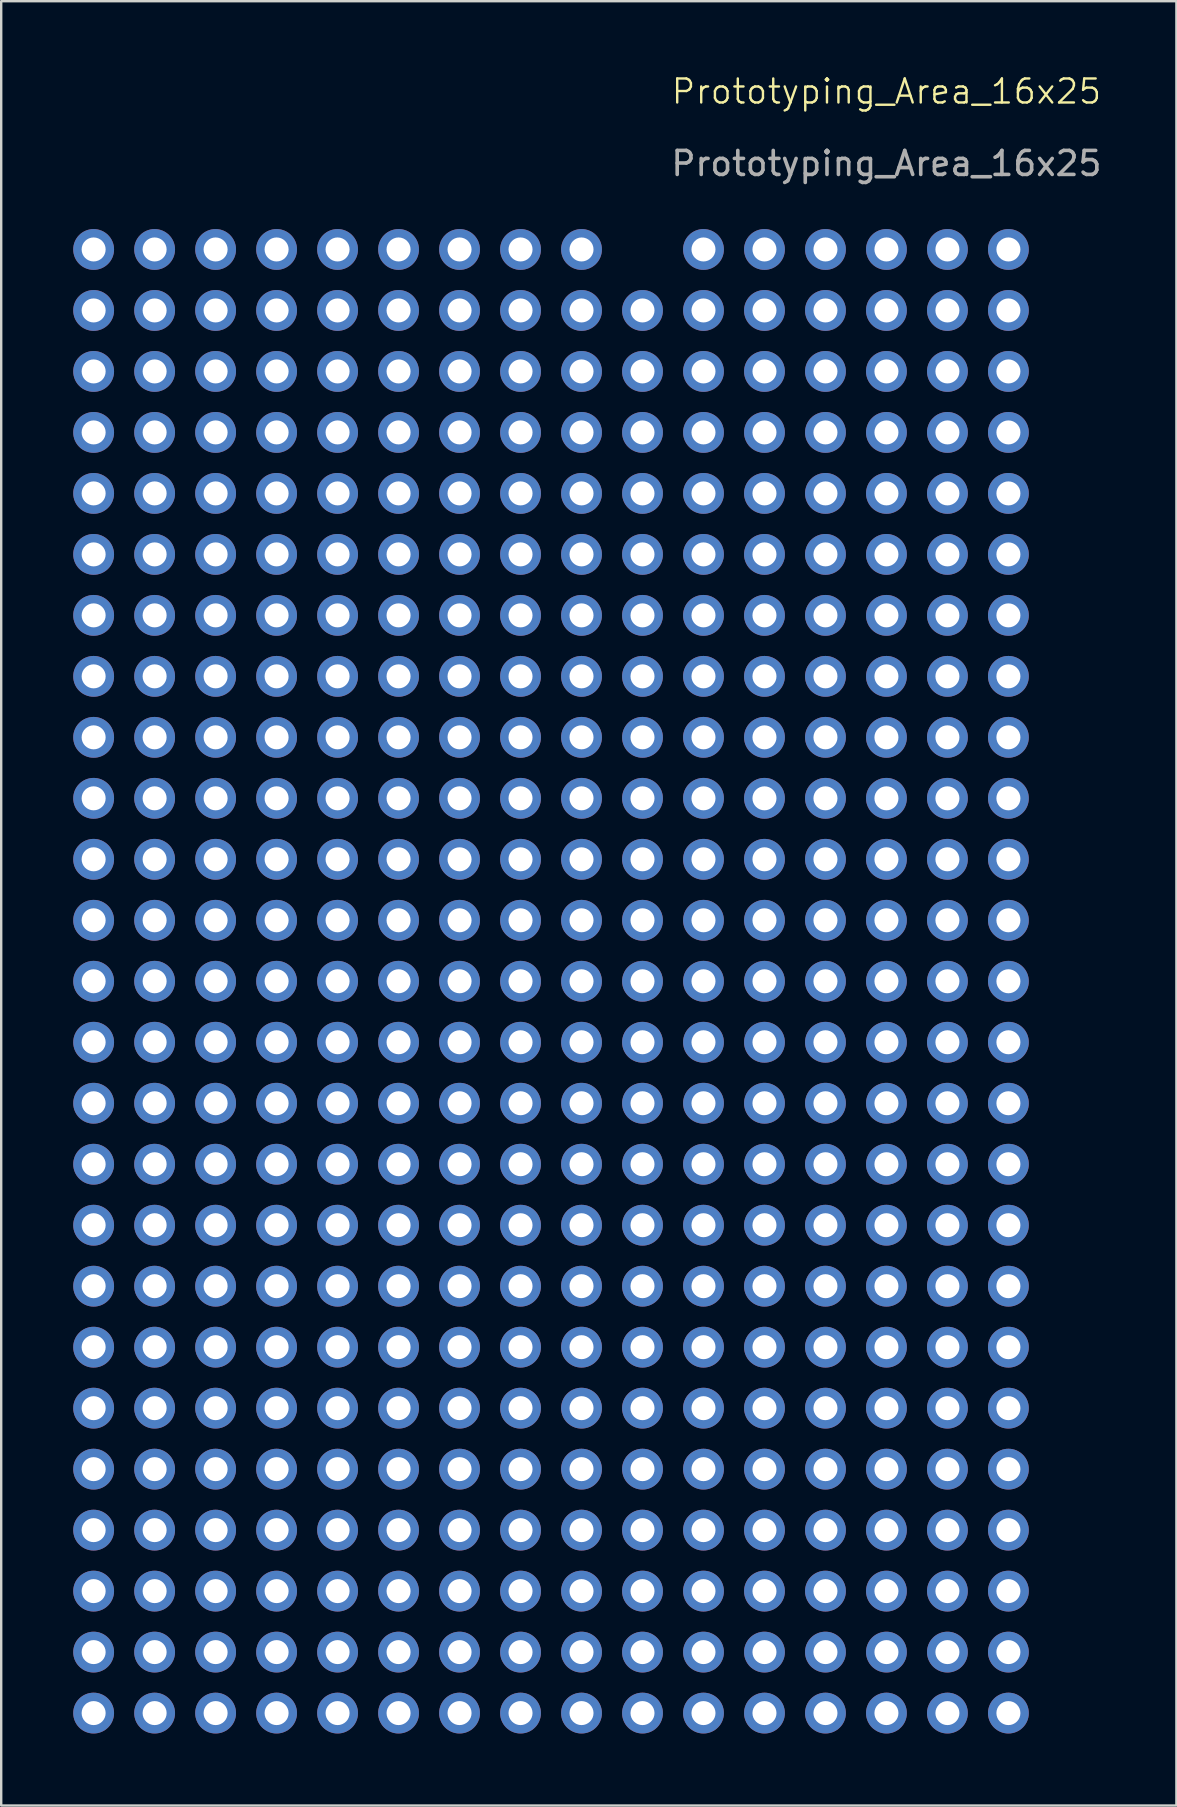
<source format=kicad_pcb>
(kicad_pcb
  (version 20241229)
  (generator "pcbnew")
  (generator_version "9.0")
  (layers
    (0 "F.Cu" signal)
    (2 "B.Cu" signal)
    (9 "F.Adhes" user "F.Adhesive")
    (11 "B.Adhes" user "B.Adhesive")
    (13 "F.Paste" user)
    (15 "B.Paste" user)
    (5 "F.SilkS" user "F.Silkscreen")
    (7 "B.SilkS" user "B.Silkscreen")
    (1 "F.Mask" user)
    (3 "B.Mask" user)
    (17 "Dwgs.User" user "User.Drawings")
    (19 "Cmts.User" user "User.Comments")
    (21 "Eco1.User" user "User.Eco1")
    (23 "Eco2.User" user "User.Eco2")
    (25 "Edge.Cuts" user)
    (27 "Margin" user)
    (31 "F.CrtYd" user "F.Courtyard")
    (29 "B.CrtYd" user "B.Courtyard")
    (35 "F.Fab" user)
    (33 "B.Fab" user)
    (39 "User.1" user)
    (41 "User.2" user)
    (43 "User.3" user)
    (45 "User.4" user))
  (footprint "Prototyping_Area_16x25"
    (layer "F.Cu")
    (at 19.9 36.55)
    (property "Reference" "Prototyping_Area_16x25" (at 13.97 -35.79 0) (unlocked yes) (layer "F.SilkS") (effects (font (size 1 1) (thickness 0.1))))
    (attr through_hole)
    (fp_text user "${REFERENCE}" (at 13.97 -32.79 0) (unlocked yes) (layer "F.Fab") (effects (font (size 1 1) (thickness 0.15))))
    (pad "1" thru_hole circle (at -19.05 -29.21) (size 1.7 1.7) (drill 1) (layers "*.Cu" "*.Mask"))
    (pad "2" thru_hole circle (at -16.51 -29.21) (size 1.7 1.7) (drill 1) (layers "*.Cu" "*.Mask"))
    (pad "3" thru_hole circle (at -13.97 -29.21) (size 1.7 1.7) (drill 1) (layers "*.Cu" "*.Mask"))
    (pad "4" thru_hole circle (at -11.43 -29.21) (size 1.7 1.7) (drill 1) (layers "*.Cu" "*.Mask"))
    (pad "5" thru_hole circle (at -8.89 -29.21) (size 1.7 1.7) (drill 1) (layers "*.Cu" "*.Mask"))
    (pad "6" thru_hole circle (at -6.35 -29.21) (size 1.7 1.7) (drill 1) (layers "*.Cu" "*.Mask"))
    (pad "7" thru_hole circle (at -3.81 -29.21) (size 1.7 1.7) (drill 1) (layers "*.Cu" "*.Mask"))
    (pad "8" thru_hole circle (at -1.27 -29.21) (size 1.7 1.7) (drill 1) (layers "*.Cu" "*.Mask"))
    (pad "9" thru_hole circle (at 1.27 -29.21) (size 1.7 1.7) (drill 1) (layers "*.Cu" "*.Mask"))
    (pad "11" thru_hole circle (at 6.35 -29.21) (size 1.7 1.7) (drill 1) (layers "*.Cu" "*.Mask"))
    (pad "12" thru_hole circle (at 8.89 -29.21) (size 1.7 1.7) (drill 1) (layers "*.Cu" "*.Mask"))
    (pad "13" thru_hole circle (at 11.43 -29.21) (size 1.7 1.7) (drill 1) (layers "*.Cu" "*.Mask"))
    (pad "14" thru_hole circle (at 13.97 -29.21) (size 1.7 1.7) (drill 1) (layers "*.Cu" "*.Mask"))
    (pad "15" thru_hole circle (at 16.51 -29.21) (size 1.7 1.7) (drill 1) (layers "*.Cu" "*.Mask"))
    (pad "16" thru_hole circle (at 19.05 -29.21) (size 1.7 1.7) (drill 1) (layers "*.Cu" "*.Mask"))
    (pad "17" thru_hole circle (at -19.05 -26.67) (size 1.7 1.7) (drill 1) (layers "*.Cu" "*.Mask"))
    (pad "18" thru_hole circle (at -16.51 -26.67) (size 1.7 1.7) (drill 1) (layers "*.Cu" "*.Mask"))
    (pad "19" thru_hole circle (at -13.97 -26.67) (size 1.7 1.7) (drill 1) (layers "*.Cu" "*.Mask"))
    (pad "20" thru_hole circle (at -11.43 -26.67) (size 1.7 1.7) (drill 1) (layers "*.Cu" "*.Mask"))
    (pad "21" thru_hole circle (at -8.89 -26.67) (size 1.7 1.7) (drill 1) (layers "*.Cu" "*.Mask"))
    (pad "22" thru_hole circle (at -6.35 -26.67) (size 1.7 1.7) (drill 1) (layers "*.Cu" "*.Mask"))
    (pad "23" thru_hole circle (at -3.81 -26.67) (size 1.7 1.7) (drill 1) (layers "*.Cu" "*.Mask"))
    (pad "24" thru_hole circle (at -1.27 -26.67) (size 1.7 1.7) (drill 1) (layers "*.Cu" "*.Mask"))
    (pad "25" thru_hole circle (at 1.27 -26.67) (size 1.7 1.7) (drill 1) (layers "*.Cu" "*.Mask"))
    (pad "26" thru_hole circle (at 3.81 -26.67) (size 1.7 1.7) (drill 1) (layers "*.Cu" "*.Mask"))
    (pad "27" thru_hole circle (at 6.35 -26.67) (size 1.7 1.7) (drill 1) (layers "*.Cu" "*.Mask"))
    (pad "28" thru_hole circle (at 8.89 -26.67) (size 1.7 1.7) (drill 1) (layers "*.Cu" "*.Mask"))
    (pad "29" thru_hole circle (at 11.43 -26.67) (size 1.7 1.7) (drill 1) (layers "*.Cu" "*.Mask"))
    (pad "30" thru_hole circle (at 13.97 -26.67) (size 1.7 1.7) (drill 1) (layers "*.Cu" "*.Mask"))
    (pad "31" thru_hole circle (at 16.51 -26.67) (size 1.7 1.7) (drill 1) (layers "*.Cu" "*.Mask"))
    (pad "32" thru_hole circle (at 19.05 -26.67) (size 1.7 1.7) (drill 1) (layers "*.Cu" "*.Mask"))
    (pad "33" thru_hole circle (at -19.05 -24.13) (size 1.7 1.7) (drill 1) (layers "*.Cu" "*.Mask"))
    (pad "34" thru_hole circle (at -16.51 -24.13) (size 1.7 1.7) (drill 1) (layers "*.Cu" "*.Mask"))
    (pad "35" thru_hole circle (at -13.97 -24.13) (size 1.7 1.7) (drill 1) (layers "*.Cu" "*.Mask"))
    (pad "36" thru_hole circle (at -11.43 -24.13) (size 1.7 1.7) (drill 1) (layers "*.Cu" "*.Mask"))
    (pad "37" thru_hole circle (at -8.89 -24.13) (size 1.7 1.7) (drill 1) (layers "*.Cu" "*.Mask"))
    (pad "38" thru_hole circle (at -6.35 -24.13) (size 1.7 1.7) (drill 1) (layers "*.Cu" "*.Mask"))
    (pad "39" thru_hole circle (at -3.81 -24.13) (size 1.7 1.7) (drill 1) (layers "*.Cu" "*.Mask"))
    (pad "40" thru_hole circle (at -1.27 -24.13) (size 1.7 1.7) (drill 1) (layers "*.Cu" "*.Mask"))
    (pad "41" thru_hole circle (at 1.27 -24.13) (size 1.7 1.7) (drill 1) (layers "*.Cu" "*.Mask"))
    (pad "42" thru_hole circle (at 3.81 -24.13) (size 1.7 1.7) (drill 1) (layers "*.Cu" "*.Mask"))
    (pad "43" thru_hole circle (at 6.35 -24.13) (size 1.7 1.7) (drill 1) (layers "*.Cu" "*.Mask"))
    (pad "44" thru_hole circle (at 8.89 -24.13) (size 1.7 1.7) (drill 1) (layers "*.Cu" "*.Mask"))
    (pad "45" thru_hole circle (at 11.43 -24.13) (size 1.7 1.7) (drill 1) (layers "*.Cu" "*.Mask"))
    (pad "46" thru_hole circle (at 13.97 -24.13) (size 1.7 1.7) (drill 1) (layers "*.Cu" "*.Mask"))
    (pad "47" thru_hole circle (at 16.51 -24.13) (size 1.7 1.7) (drill 1) (layers "*.Cu" "*.Mask"))
    (pad "48" thru_hole circle (at 19.05 -24.13) (size 1.7 1.7) (drill 1) (layers "*.Cu" "*.Mask"))
    (pad "49" thru_hole circle (at -19.05 -21.59) (size 1.7 1.7) (drill 1) (layers "*.Cu" "*.Mask"))
    (pad "50" thru_hole circle (at -16.51 -21.59) (size 1.7 1.7) (drill 1) (layers "*.Cu" "*.Mask"))
    (pad "51" thru_hole circle (at -13.97 -21.59) (size 1.7 1.7) (drill 1) (layers "*.Cu" "*.Mask"))
    (pad "52" thru_hole circle (at -11.43 -21.59) (size 1.7 1.7) (drill 1) (layers "*.Cu" "*.Mask"))
    (pad "53" thru_hole circle (at -8.89 -21.59) (size 1.7 1.7) (drill 1) (layers "*.Cu" "*.Mask"))
    (pad "54" thru_hole circle (at -6.35 -21.59) (size 1.7 1.7) (drill 1) (layers "*.Cu" "*.Mask"))
    (pad "55" thru_hole circle (at -3.81 -21.59) (size 1.7 1.7) (drill 1) (layers "*.Cu" "*.Mask"))
    (pad "56" thru_hole circle (at -1.27 -21.59) (size 1.7 1.7) (drill 1) (layers "*.Cu" "*.Mask"))
    (pad "57" thru_hole circle (at 1.27 -21.59) (size 1.7 1.7) (drill 1) (layers "*.Cu" "*.Mask"))
    (pad "58" thru_hole circle (at 3.81 -21.59) (size 1.7 1.7) (drill 1) (layers "*.Cu" "*.Mask"))
    (pad "59" thru_hole circle (at 6.35 -21.59) (size 1.7 1.7) (drill 1) (layers "*.Cu" "*.Mask"))
    (pad "60" thru_hole circle (at 8.89 -21.59) (size 1.7 1.7) (drill 1) (layers "*.Cu" "*.Mask"))
    (pad "61" thru_hole circle (at 11.43 -21.59) (size 1.7 1.7) (drill 1) (layers "*.Cu" "*.Mask"))
    (pad "62" thru_hole circle (at 13.97 -21.59) (size 1.7 1.7) (drill 1) (layers "*.Cu" "*.Mask"))
    (pad "63" thru_hole circle (at 16.51 -21.59) (size 1.7 1.7) (drill 1) (layers "*.Cu" "*.Mask"))
    (pad "64" thru_hole circle (at 19.05 -21.59) (size 1.7 1.7) (drill 1) (layers "*.Cu" "*.Mask"))
    (pad "65" thru_hole circle (at -19.05 -19.05) (size 1.7 1.7) (drill 1) (layers "*.Cu" "*.Mask"))
    (pad "66" thru_hole circle (at -16.51 -19.05) (size 1.7 1.7) (drill 1) (layers "*.Cu" "*.Mask"))
    (pad "67" thru_hole circle (at -13.97 -19.05) (size 1.7 1.7) (drill 1) (layers "*.Cu" "*.Mask"))
    (pad "68" thru_hole circle (at -11.43 -19.05) (size 1.7 1.7) (drill 1) (layers "*.Cu" "*.Mask"))
    (pad "69" thru_hole circle (at -8.89 -19.05) (size 1.7 1.7) (drill 1) (layers "*.Cu" "*.Mask"))
    (pad "70" thru_hole circle (at -6.35 -19.05) (size 1.7 1.7) (drill 1) (layers "*.Cu" "*.Mask"))
    (pad "71" thru_hole circle (at -3.81 -19.05) (size 1.7 1.7) (drill 1) (layers "*.Cu" "*.Mask"))
    (pad "72" thru_hole circle (at -1.27 -19.05) (size 1.7 1.7) (drill 1) (layers "*.Cu" "*.Mask"))
    (pad "73" thru_hole circle (at 1.27 -19.05) (size 1.7 1.7) (drill 1) (layers "*.Cu" "*.Mask"))
    (pad "74" thru_hole circle (at 3.81 -19.05) (size 1.7 1.7) (drill 1) (layers "*.Cu" "*.Mask"))
    (pad "75" thru_hole circle (at 6.35 -19.05) (size 1.7 1.7) (drill 1) (layers "*.Cu" "*.Mask"))
    (pad "76" thru_hole circle (at 8.89 -19.05) (size 1.7 1.7) (drill 1) (layers "*.Cu" "*.Mask"))
    (pad "77" thru_hole circle (at 11.43 -19.05) (size 1.7 1.7) (drill 1) (layers "*.Cu" "*.Mask"))
    (pad "78" thru_hole circle (at 13.97 -19.05) (size 1.7 1.7) (drill 1) (layers "*.Cu" "*.Mask"))
    (pad "79" thru_hole circle (at 16.51 -19.05) (size 1.7 1.7) (drill 1) (layers "*.Cu" "*.Mask"))
    (pad "80" thru_hole circle (at 19.05 -19.05) (size 1.7 1.7) (drill 1) (layers "*.Cu" "*.Mask"))
    (pad "81" thru_hole circle (at -19.05 -16.51) (size 1.7 1.7) (drill 1) (layers "*.Cu" "*.Mask"))
    (pad "82" thru_hole circle (at -16.51 -16.51) (size 1.7 1.7) (drill 1) (layers "*.Cu" "*.Mask"))
    (pad "83" thru_hole circle (at -13.97 -16.51) (size 1.7 1.7) (drill 1) (layers "*.Cu" "*.Mask"))
    (pad "84" thru_hole circle (at -11.43 -16.51) (size 1.7 1.7) (drill 1) (layers "*.Cu" "*.Mask"))
    (pad "85" thru_hole circle (at -8.89 -16.51) (size 1.7 1.7) (drill 1) (layers "*.Cu" "*.Mask"))
    (pad "86" thru_hole circle (at -6.35 -16.51) (size 1.7 1.7) (drill 1) (layers "*.Cu" "*.Mask"))
    (pad "87" thru_hole circle (at -3.81 -16.51) (size 1.7 1.7) (drill 1) (layers "*.Cu" "*.Mask"))
    (pad "88" thru_hole circle (at -1.27 -16.51) (size 1.7 1.7) (drill 1) (layers "*.Cu" "*.Mask"))
    (pad "89" thru_hole circle (at 1.27 -16.51) (size 1.7 1.7) (drill 1) (layers "*.Cu" "*.Mask"))
    (pad "90" thru_hole circle (at 3.81 -16.51) (size 1.7 1.7) (drill 1) (layers "*.Cu" "*.Mask"))
    (pad "91" thru_hole circle (at 6.35 -16.51) (size 1.7 1.7) (drill 1) (layers "*.Cu" "*.Mask"))
    (pad "92" thru_hole circle (at 8.89 -16.51) (size 1.7 1.7) (drill 1) (layers "*.Cu" "*.Mask"))
    (pad "93" thru_hole circle (at 11.43 -16.51) (size 1.7 1.7) (drill 1) (layers "*.Cu" "*.Mask"))
    (pad "94" thru_hole circle (at 13.97 -16.51) (size 1.7 1.7) (drill 1) (layers "*.Cu" "*.Mask"))
    (pad "95" thru_hole circle (at 16.51 -16.51) (size 1.7 1.7) (drill 1) (layers "*.Cu" "*.Mask"))
    (pad "96" thru_hole circle (at 19.05 -16.51) (size 1.7 1.7) (drill 1) (layers "*.Cu" "*.Mask"))
    (pad "97" thru_hole circle (at -19.05 -13.97) (size 1.7 1.7) (drill 1) (layers "*.Cu" "*.Mask"))
    (pad "98" thru_hole circle (at -16.51 -13.97) (size 1.7 1.7) (drill 1) (layers "*.Cu" "*.Mask"))
    (pad "99" thru_hole circle (at -13.97 -13.97) (size 1.7 1.7) (drill 1) (layers "*.Cu" "*.Mask"))
    (pad "100" thru_hole circle (at -11.43 -13.97) (size 1.7 1.7) (drill 1) (layers "*.Cu" "*.Mask"))
    (pad "101" thru_hole circle (at -8.89 -13.97) (size 1.7 1.7) (drill 1) (layers "*.Cu" "*.Mask"))
    (pad "102" thru_hole circle (at -6.35 -13.97) (size 1.7 1.7) (drill 1) (layers "*.Cu" "*.Mask"))
    (pad "103" thru_hole circle (at -3.81 -13.97) (size 1.7 1.7) (drill 1) (layers "*.Cu" "*.Mask"))
    (pad "104" thru_hole circle (at -1.27 -13.97) (size 1.7 1.7) (drill 1) (layers "*.Cu" "*.Mask"))
    (pad "105" thru_hole circle (at 1.27 -13.97) (size 1.7 1.7) (drill 1) (layers "*.Cu" "*.Mask"))
    (pad "106" thru_hole circle (at 3.81 -13.97) (size 1.7 1.7) (drill 1) (layers "*.Cu" "*.Mask"))
    (pad "107" thru_hole circle (at 6.35 -13.97) (size 1.7 1.7) (drill 1) (layers "*.Cu" "*.Mask"))
    (pad "108" thru_hole circle (at 8.89 -13.97) (size 1.7 1.7) (drill 1) (layers "*.Cu" "*.Mask"))
    (pad "109" thru_hole circle (at 11.43 -13.97) (size 1.7 1.7) (drill 1) (layers "*.Cu" "*.Mask"))
    (pad "110" thru_hole circle (at 13.97 -13.97) (size 1.7 1.7) (drill 1) (layers "*.Cu" "*.Mask"))
    (pad "111" thru_hole circle (at 16.51 -13.97) (size 1.7 1.7) (drill 1) (layers "*.Cu" "*.Mask"))
    (pad "112" thru_hole circle (at 19.05 -13.97) (size 1.7 1.7) (drill 1) (layers "*.Cu" "*.Mask"))
    (pad "113" thru_hole circle (at -19.05 -11.43) (size 1.7 1.7) (drill 1) (layers "*.Cu" "*.Mask"))
    (pad "114" thru_hole circle (at -16.51 -11.43) (size 1.7 1.7) (drill 1) (layers "*.Cu" "*.Mask"))
    (pad "115" thru_hole circle (at -13.97 -11.43) (size 1.7 1.7) (drill 1) (layers "*.Cu" "*.Mask"))
    (pad "116" thru_hole circle (at -11.43 -11.43) (size 1.7 1.7) (drill 1) (layers "*.Cu" "*.Mask"))
    (pad "117" thru_hole circle (at -8.89 -11.43) (size 1.7 1.7) (drill 1) (layers "*.Cu" "*.Mask"))
    (pad "118" thru_hole circle (at -6.35 -11.43) (size 1.7 1.7) (drill 1) (layers "*.Cu" "*.Mask"))
    (pad "119" thru_hole circle (at -3.81 -11.43) (size 1.7 1.7) (drill 1) (layers "*.Cu" "*.Mask"))
    (pad "120" thru_hole circle (at -1.27 -11.43) (size 1.7 1.7) (drill 1) (layers "*.Cu" "*.Mask"))
    (pad "121" thru_hole circle (at 1.27 -11.43) (size 1.7 1.7) (drill 1) (layers "*.Cu" "*.Mask"))
    (pad "122" thru_hole circle (at 3.81 -11.43) (size 1.7 1.7) (drill 1) (layers "*.Cu" "*.Mask"))
    (pad "123" thru_hole circle (at 6.35 -11.43) (size 1.7 1.7) (drill 1) (layers "*.Cu" "*.Mask"))
    (pad "124" thru_hole circle (at 8.89 -11.43) (size 1.7 1.7) (drill 1) (layers "*.Cu" "*.Mask"))
    (pad "125" thru_hole circle (at 11.43 -11.43) (size 1.7 1.7) (drill 1) (layers "*.Cu" "*.Mask"))
    (pad "126" thru_hole circle (at 13.97 -11.43) (size 1.7 1.7) (drill 1) (layers "*.Cu" "*.Mask"))
    (pad "127" thru_hole circle (at 16.51 -11.43) (size 1.7 1.7) (drill 1) (layers "*.Cu" "*.Mask"))
    (pad "128" thru_hole circle (at 19.05 -11.43) (size 1.7 1.7) (drill 1) (layers "*.Cu" "*.Mask"))
    (pad "129" thru_hole circle (at -19.05 -8.89) (size 1.7 1.7) (drill 1) (layers "*.Cu" "*.Mask"))
    (pad "130" thru_hole circle (at -16.51 -8.89) (size 1.7 1.7) (drill 1) (layers "*.Cu" "*.Mask"))
    (pad "131" thru_hole circle (at -13.97 -8.89) (size 1.7 1.7) (drill 1) (layers "*.Cu" "*.Mask"))
    (pad "132" thru_hole circle (at -11.43 -8.89) (size 1.7 1.7) (drill 1) (layers "*.Cu" "*.Mask"))
    (pad "133" thru_hole circle (at -8.89 -8.89) (size 1.7 1.7) (drill 1) (layers "*.Cu" "*.Mask"))
    (pad "134" thru_hole circle (at -6.35 -8.89) (size 1.7 1.7) (drill 1) (layers "*.Cu" "*.Mask"))
    (pad "135" thru_hole circle (at -3.81 -8.89) (size 1.7 1.7) (drill 1) (layers "*.Cu" "*.Mask"))
    (pad "136" thru_hole circle (at -1.27 -8.89) (size 1.7 1.7) (drill 1) (layers "*.Cu" "*.Mask"))
    (pad "137" thru_hole circle (at 1.27 -8.89) (size 1.7 1.7) (drill 1) (layers "*.Cu" "*.Mask"))
    (pad "138" thru_hole circle (at 3.81 -8.89) (size 1.7 1.7) (drill 1) (layers "*.Cu" "*.Mask"))
    (pad "139" thru_hole circle (at 6.35 -8.89) (size 1.7 1.7) (drill 1) (layers "*.Cu" "*.Mask"))
    (pad "140" thru_hole circle (at 8.89 -8.89) (size 1.7 1.7) (drill 1) (layers "*.Cu" "*.Mask"))
    (pad "141" thru_hole circle (at 11.43 -8.89) (size 1.7 1.7) (drill 1) (layers "*.Cu" "*.Mask"))
    (pad "142" thru_hole circle (at 13.97 -8.89) (size 1.7 1.7) (drill 1) (layers "*.Cu" "*.Mask"))
    (pad "143" thru_hole circle (at 16.51 -8.89) (size 1.7 1.7) (drill 1) (layers "*.Cu" "*.Mask"))
    (pad "144" thru_hole circle (at 19.05 -8.89) (size 1.7 1.7) (drill 1) (layers "*.Cu" "*.Mask"))
    (pad "145" thru_hole circle (at -19.05 -6.35) (size 1.7 1.7) (drill 1) (layers "*.Cu" "*.Mask"))
    (pad "146" thru_hole circle (at -16.51 -6.35) (size 1.7 1.7) (drill 1) (layers "*.Cu" "*.Mask"))
    (pad "147" thru_hole circle (at -13.97 -6.35) (size 1.7 1.7) (drill 1) (layers "*.Cu" "*.Mask"))
    (pad "148" thru_hole circle (at -11.43 -6.35) (size 1.7 1.7) (drill 1) (layers "*.Cu" "*.Mask"))
    (pad "149" thru_hole circle (at -8.89 -6.35) (size 1.7 1.7) (drill 1) (layers "*.Cu" "*.Mask"))
    (pad "150" thru_hole circle (at -6.35 -6.35) (size 1.7 1.7) (drill 1) (layers "*.Cu" "*.Mask"))
    (pad "151" thru_hole circle (at -3.81 -6.35) (size 1.7 1.7) (drill 1) (layers "*.Cu" "*.Mask"))
    (pad "152" thru_hole circle (at -1.27 -6.35) (size 1.7 1.7) (drill 1) (layers "*.Cu" "*.Mask"))
    (pad "153" thru_hole circle (at 1.27 -6.35) (size 1.7 1.7) (drill 1) (layers "*.Cu" "*.Mask"))
    (pad "154" thru_hole circle (at 3.81 -6.35) (size 1.7 1.7) (drill 1) (layers "*.Cu" "*.Mask"))
    (pad "155" thru_hole circle (at 6.35 -6.35) (size 1.7 1.7) (drill 1) (layers "*.Cu" "*.Mask"))
    (pad "156" thru_hole circle (at 8.89 -6.35) (size 1.7 1.7) (drill 1) (layers "*.Cu" "*.Mask"))
    (pad "157" thru_hole circle (at 11.43 -6.35) (size 1.7 1.7) (drill 1) (layers "*.Cu" "*.Mask"))
    (pad "158" thru_hole circle (at 13.97 -6.35) (size 1.7 1.7) (drill 1) (layers "*.Cu" "*.Mask"))
    (pad "159" thru_hole circle (at 16.51 -6.35) (size 1.7 1.7) (drill 1) (layers "*.Cu" "*.Mask"))
    (pad "160" thru_hole circle (at 19.05 -6.35) (size 1.7 1.7) (drill 1) (layers "*.Cu" "*.Mask"))
    (pad "161" thru_hole circle (at -19.05 -3.81) (size 1.7 1.7) (drill 1) (layers "*.Cu" "*.Mask"))
    (pad "162" thru_hole circle (at -16.51 -3.81) (size 1.7 1.7) (drill 1) (layers "*.Cu" "*.Mask"))
    (pad "163" thru_hole circle (at -13.97 -3.81) (size 1.7 1.7) (drill 1) (layers "*.Cu" "*.Mask"))
    (pad "164" thru_hole circle (at -11.43 -3.81) (size 1.7 1.7) (drill 1) (layers "*.Cu" "*.Mask"))
    (pad "165" thru_hole circle (at -8.89 -3.81) (size 1.7 1.7) (drill 1) (layers "*.Cu" "*.Mask"))
    (pad "166" thru_hole circle (at -6.35 -3.81) (size 1.7 1.7) (drill 1) (layers "*.Cu" "*.Mask"))
    (pad "167" thru_hole circle (at -3.81 -3.81) (size 1.7 1.7) (drill 1) (layers "*.Cu" "*.Mask"))
    (pad "168" thru_hole circle (at -1.27 -3.81) (size 1.7 1.7) (drill 1) (layers "*.Cu" "*.Mask"))
    (pad "169" thru_hole circle (at 1.27 -3.81) (size 1.7 1.7) (drill 1) (layers "*.Cu" "*.Mask"))
    (pad "170" thru_hole circle (at 3.81 -3.81) (size 1.7 1.7) (drill 1) (layers "*.Cu" "*.Mask"))
    (pad "171" thru_hole circle (at 6.35 -3.81) (size 1.7 1.7) (drill 1) (layers "*.Cu" "*.Mask"))
    (pad "172" thru_hole circle (at 8.89 -3.81) (size 1.7 1.7) (drill 1) (layers "*.Cu" "*.Mask"))
    (pad "173" thru_hole circle (at 11.43 -3.81) (size 1.7 1.7) (drill 1) (layers "*.Cu" "*.Mask"))
    (pad "174" thru_hole circle (at 13.97 -3.81) (size 1.7 1.7) (drill 1) (layers "*.Cu" "*.Mask"))
    (pad "175" thru_hole circle (at 16.51 -3.81) (size 1.7 1.7) (drill 1) (layers "*.Cu" "*.Mask"))
    (pad "176" thru_hole circle (at 19.05 -3.81) (size 1.7 1.7) (drill 1) (layers "*.Cu" "*.Mask"))
    (pad "177" thru_hole circle (at -19.05 -1.27) (size 1.7 1.7) (drill 1) (layers "*.Cu" "*.Mask"))
    (pad "178" thru_hole circle (at -16.51 -1.27) (size 1.7 1.7) (drill 1) (layers "*.Cu" "*.Mask"))
    (pad "179" thru_hole circle (at -13.97 -1.27) (size 1.7 1.7) (drill 1) (layers "*.Cu" "*.Mask"))
    (pad "180" thru_hole circle (at -11.43 -1.27) (size 1.7 1.7) (drill 1) (layers "*.Cu" "*.Mask"))
    (pad "181" thru_hole circle (at -8.89 -1.27) (size 1.7 1.7) (drill 1) (layers "*.Cu" "*.Mask"))
    (pad "182" thru_hole circle (at -6.35 -1.27) (size 1.7 1.7) (drill 1) (layers "*.Cu" "*.Mask"))
    (pad "183" thru_hole circle (at -3.81 -1.27) (size 1.7 1.7) (drill 1) (layers "*.Cu" "*.Mask"))
    (pad "184" thru_hole circle (at -1.27 -1.27) (size 1.7 1.7) (drill 1) (layers "*.Cu" "*.Mask"))
    (pad "185" thru_hole circle (at 1.27 -1.27) (size 1.7 1.7) (drill 1) (layers "*.Cu" "*.Mask"))
    (pad "186" thru_hole circle (at 3.81 -1.27) (size 1.7 1.7) (drill 1) (layers "*.Cu" "*.Mask"))
    (pad "187" thru_hole circle (at 6.35 -1.27) (size 1.7 1.7) (drill 1) (layers "*.Cu" "*.Mask"))
    (pad "188" thru_hole circle (at 8.89 -1.27) (size 1.7 1.7) (drill 1) (layers "*.Cu" "*.Mask"))
    (pad "189" thru_hole circle (at 11.43 -1.27) (size 1.7 1.7) (drill 1) (layers "*.Cu" "*.Mask"))
    (pad "190" thru_hole circle (at 13.97 -1.27) (size 1.7 1.7) (drill 1) (layers "*.Cu" "*.Mask"))
    (pad "191" thru_hole circle (at 16.51 -1.27) (size 1.7 1.7) (drill 1) (layers "*.Cu" "*.Mask"))
    (pad "192" thru_hole circle (at 19.05 -1.27) (size 1.7 1.7) (drill 1) (layers "*.Cu" "*.Mask"))
    (pad "193" thru_hole circle (at -19.05 1.27) (size 1.7 1.7) (drill 1) (layers "*.Cu" "*.Mask"))
    (pad "194" thru_hole circle (at -16.51 1.27) (size 1.7 1.7) (drill 1) (layers "*.Cu" "*.Mask"))
    (pad "195" thru_hole circle (at -13.97 1.27) (size 1.7 1.7) (drill 1) (layers "*.Cu" "*.Mask"))
    (pad "196" thru_hole circle (at -11.43 1.27) (size 1.7 1.7) (drill 1) (layers "*.Cu" "*.Mask"))
    (pad "197" thru_hole circle (at -8.89 1.27) (size 1.7 1.7) (drill 1) (layers "*.Cu" "*.Mask"))
    (pad "198" thru_hole circle (at -6.35 1.27) (size 1.7 1.7) (drill 1) (layers "*.Cu" "*.Mask"))
    (pad "199" thru_hole circle (at -3.81 1.27) (size 1.7 1.7) (drill 1) (layers "*.Cu" "*.Mask"))
    (pad "200" thru_hole circle (at -1.27 1.27) (size 1.7 1.7) (drill 1) (layers "*.Cu" "*.Mask"))
    (pad "201" thru_hole circle (at 1.27 1.27) (size 1.7 1.7) (drill 1) (layers "*.Cu" "*.Mask"))
    (pad "202" thru_hole circle (at 3.81 1.27) (size 1.7 1.7) (drill 1) (layers "*.Cu" "*.Mask"))
    (pad "203" thru_hole circle (at 6.35 1.27) (size 1.7 1.7) (drill 1) (layers "*.Cu" "*.Mask"))
    (pad "204" thru_hole circle (at 8.89 1.27) (size 1.7 1.7) (drill 1) (layers "*.Cu" "*.Mask"))
    (pad "205" thru_hole circle (at 11.43 1.27) (size 1.7 1.7) (drill 1) (layers "*.Cu" "*.Mask"))
    (pad "206" thru_hole circle (at 13.97 1.27) (size 1.7 1.7) (drill 1) (layers "*.Cu" "*.Mask"))
    (pad "207" thru_hole circle (at 16.51 1.27) (size 1.7 1.7) (drill 1) (layers "*.Cu" "*.Mask"))
    (pad "208" thru_hole circle (at 19.05 1.27) (size 1.7 1.7) (drill 1) (layers "*.Cu" "*.Mask"))
    (pad "209" thru_hole circle (at -19.05 3.81) (size 1.7 1.7) (drill 1) (layers "*.Cu" "*.Mask"))
    (pad "210" thru_hole circle (at -16.51 3.81) (size 1.7 1.7) (drill 1) (layers "*.Cu" "*.Mask"))
    (pad "211" thru_hole circle (at -13.97 3.81) (size 1.7 1.7) (drill 1) (layers "*.Cu" "*.Mask"))
    (pad "212" thru_hole circle (at -11.43 3.81) (size 1.7 1.7) (drill 1) (layers "*.Cu" "*.Mask"))
    (pad "213" thru_hole circle (at -8.89 3.81) (size 1.7 1.7) (drill 1) (layers "*.Cu" "*.Mask"))
    (pad "214" thru_hole circle (at -6.35 3.81) (size 1.7 1.7) (drill 1) (layers "*.Cu" "*.Mask"))
    (pad "215" thru_hole circle (at -3.81 3.81) (size 1.7 1.7) (drill 1) (layers "*.Cu" "*.Mask"))
    (pad "216" thru_hole circle (at -1.27 3.81) (size 1.7 1.7) (drill 1) (layers "*.Cu" "*.Mask"))
    (pad "217" thru_hole circle (at 1.27 3.81) (size 1.7 1.7) (drill 1) (layers "*.Cu" "*.Mask"))
    (pad "218" thru_hole circle (at 3.81 3.81) (size 1.7 1.7) (drill 1) (layers "*.Cu" "*.Mask"))
    (pad "219" thru_hole circle (at 6.35 3.81) (size 1.7 1.7) (drill 1) (layers "*.Cu" "*.Mask"))
    (pad "220" thru_hole circle (at 8.89 3.81) (size 1.7 1.7) (drill 1) (layers "*.Cu" "*.Mask"))
    (pad "221" thru_hole circle (at 11.43 3.81) (size 1.7 1.7) (drill 1) (layers "*.Cu" "*.Mask"))
    (pad "222" thru_hole circle (at 13.97 3.81) (size 1.7 1.7) (drill 1) (layers "*.Cu" "*.Mask"))
    (pad "223" thru_hole circle (at 16.51 3.81) (size 1.7 1.7) (drill 1) (layers "*.Cu" "*.Mask"))
    (pad "224" thru_hole circle (at 19.05 3.81) (size 1.7 1.7) (drill 1) (layers "*.Cu" "*.Mask"))
    (pad "225" thru_hole circle (at -19.05 6.35) (size 1.7 1.7) (drill 1) (layers "*.Cu" "*.Mask"))
    (pad "226" thru_hole circle (at -16.51 6.35) (size 1.7 1.7) (drill 1) (layers "*.Cu" "*.Mask"))
    (pad "227" thru_hole circle (at -13.97 6.35) (size 1.7 1.7) (drill 1) (layers "*.Cu" "*.Mask"))
    (pad "228" thru_hole circle (at -11.43 6.35) (size 1.7 1.7) (drill 1) (layers "*.Cu" "*.Mask"))
    (pad "229" thru_hole circle (at -8.89 6.35) (size 1.7 1.7) (drill 1) (layers "*.Cu" "*.Mask"))
    (pad "230" thru_hole circle (at -6.35 6.35) (size 1.7 1.7) (drill 1) (layers "*.Cu" "*.Mask"))
    (pad "231" thru_hole circle (at -3.81 6.35) (size 1.7 1.7) (drill 1) (layers "*.Cu" "*.Mask"))
    (pad "232" thru_hole circle (at -1.27 6.35) (size 1.7 1.7) (drill 1) (layers "*.Cu" "*.Mask"))
    (pad "233" thru_hole circle (at 1.27 6.35) (size 1.7 1.7) (drill 1) (layers "*.Cu" "*.Mask"))
    (pad "234" thru_hole circle (at 3.81 6.35) (size 1.7 1.7) (drill 1) (layers "*.Cu" "*.Mask"))
    (pad "235" thru_hole circle (at 6.35 6.35) (size 1.7 1.7) (drill 1) (layers "*.Cu" "*.Mask"))
    (pad "236" thru_hole circle (at 8.89 6.35) (size 1.7 1.7) (drill 1) (layers "*.Cu" "*.Mask"))
    (pad "237" thru_hole circle (at 11.43 6.35) (size 1.7 1.7) (drill 1) (layers "*.Cu" "*.Mask"))
    (pad "238" thru_hole circle (at 13.97 6.35) (size 1.7 1.7) (drill 1) (layers "*.Cu" "*.Mask"))
    (pad "239" thru_hole circle (at 16.51 6.35) (size 1.7 1.7) (drill 1) (layers "*.Cu" "*.Mask"))
    (pad "240" thru_hole circle (at 19.05 6.35) (size 1.7 1.7) (drill 1) (layers "*.Cu" "*.Mask"))
    (pad "241" thru_hole circle (at -19.05 8.89) (size 1.7 1.7) (drill 1) (layers "*.Cu" "*.Mask"))
    (pad "242" thru_hole circle (at -16.51 8.89) (size 1.7 1.7) (drill 1) (layers "*.Cu" "*.Mask"))
    (pad "243" thru_hole circle (at -13.97 8.89) (size 1.7 1.7) (drill 1) (layers "*.Cu" "*.Mask"))
    (pad "244" thru_hole circle (at -11.43 8.89) (size 1.7 1.7) (drill 1) (layers "*.Cu" "*.Mask"))
    (pad "245" thru_hole circle (at -8.89 8.89) (size 1.7 1.7) (drill 1) (layers "*.Cu" "*.Mask"))
    (pad "246" thru_hole circle (at -6.35 8.89) (size 1.7 1.7) (drill 1) (layers "*.Cu" "*.Mask"))
    (pad "247" thru_hole circle (at -3.81 8.89) (size 1.7 1.7) (drill 1) (layers "*.Cu" "*.Mask"))
    (pad "248" thru_hole circle (at -1.27 8.89) (size 1.7 1.7) (drill 1) (layers "*.Cu" "*.Mask"))
    (pad "249" thru_hole circle (at 1.27 8.89) (size 1.7 1.7) (drill 1) (layers "*.Cu" "*.Mask"))
    (pad "250" thru_hole circle (at 3.81 8.89) (size 1.7 1.7) (drill 1) (layers "*.Cu" "*.Mask"))
    (pad "251" thru_hole circle (at 6.35 8.89) (size 1.7 1.7) (drill 1) (layers "*.Cu" "*.Mask"))
    (pad "252" thru_hole circle (at 8.89 8.89) (size 1.7 1.7) (drill 1) (layers "*.Cu" "*.Mask"))
    (pad "253" thru_hole circle (at 11.43 8.89) (size 1.7 1.7) (drill 1) (layers "*.Cu" "*.Mask"))
    (pad "254" thru_hole circle (at 13.97 8.89) (size 1.7 1.7) (drill 1) (layers "*.Cu" "*.Mask"))
    (pad "255" thru_hole circle (at 16.51 8.89) (size 1.7 1.7) (drill 1) (layers "*.Cu" "*.Mask"))
    (pad "256" thru_hole circle (at 19.05 8.89) (size 1.7 1.7) (drill 1) (layers "*.Cu" "*.Mask"))
    (pad "257" thru_hole circle (at -19.05 11.43) (size 1.7 1.7) (drill 1) (layers "*.Cu" "*.Mask"))
    (pad "258" thru_hole circle (at -16.51 11.43) (size 1.7 1.7) (drill 1) (layers "*.Cu" "*.Mask"))
    (pad "259" thru_hole circle (at -13.97 11.43) (size 1.7 1.7) (drill 1) (layers "*.Cu" "*.Mask"))
    (pad "260" thru_hole circle (at -11.43 11.43) (size 1.7 1.7) (drill 1) (layers "*.Cu" "*.Mask"))
    (pad "261" thru_hole circle (at -8.89 11.43) (size 1.7 1.7) (drill 1) (layers "*.Cu" "*.Mask"))
    (pad "262" thru_hole circle (at -6.35 11.43) (size 1.7 1.7) (drill 1) (layers "*.Cu" "*.Mask"))
    (pad "263" thru_hole circle (at -3.81 11.43) (size 1.7 1.7) (drill 1) (layers "*.Cu" "*.Mask"))
    (pad "264" thru_hole circle (at -1.27 11.43) (size 1.7 1.7) (drill 1) (layers "*.Cu" "*.Mask"))
    (pad "265" thru_hole circle (at 1.27 11.43) (size 1.7 1.7) (drill 1) (layers "*.Cu" "*.Mask"))
    (pad "266" thru_hole circle (at 3.81 11.43) (size 1.7 1.7) (drill 1) (layers "*.Cu" "*.Mask"))
    (pad "267" thru_hole circle (at 6.35 11.43) (size 1.7 1.7) (drill 1) (layers "*.Cu" "*.Mask"))
    (pad "268" thru_hole circle (at 8.89 11.43) (size 1.7 1.7) (drill 1) (layers "*.Cu" "*.Mask"))
    (pad "269" thru_hole circle (at 11.43 11.43) (size 1.7 1.7) (drill 1) (layers "*.Cu" "*.Mask"))
    (pad "270" thru_hole circle (at 13.97 11.43) (size 1.7 1.7) (drill 1) (layers "*.Cu" "*.Mask"))
    (pad "271" thru_hole circle (at 16.51 11.43) (size 1.7 1.7) (drill 1) (layers "*.Cu" "*.Mask"))
    (pad "272" thru_hole circle (at 19.05 11.43) (size 1.7 1.7) (drill 1) (layers "*.Cu" "*.Mask"))
    (pad "273" thru_hole circle (at -19.05 13.97) (size 1.7 1.7) (drill 1) (layers "*.Cu" "*.Mask"))
    (pad "274" thru_hole circle (at -16.51 13.97) (size 1.7 1.7) (drill 1) (layers "*.Cu" "*.Mask"))
    (pad "275" thru_hole circle (at -13.97 13.97) (size 1.7 1.7) (drill 1) (layers "*.Cu" "*.Mask"))
    (pad "276" thru_hole circle (at -11.43 13.97) (size 1.7 1.7) (drill 1) (layers "*.Cu" "*.Mask"))
    (pad "277" thru_hole circle (at -8.89 13.97) (size 1.7 1.7) (drill 1) (layers "*.Cu" "*.Mask"))
    (pad "278" thru_hole circle (at -6.35 13.97) (size 1.7 1.7) (drill 1) (layers "*.Cu" "*.Mask"))
    (pad "279" thru_hole circle (at -3.81 13.97) (size 1.7 1.7) (drill 1) (layers "*.Cu" "*.Mask"))
    (pad "280" thru_hole circle (at -1.27 13.97) (size 1.7 1.7) (drill 1) (layers "*.Cu" "*.Mask"))
    (pad "281" thru_hole circle (at 1.27 13.97) (size 1.7 1.7) (drill 1) (layers "*.Cu" "*.Mask"))
    (pad "282" thru_hole circle (at 3.81 13.97) (size 1.7 1.7) (drill 1) (layers "*.Cu" "*.Mask"))
    (pad "283" thru_hole circle (at 6.35 13.97) (size 1.7 1.7) (drill 1) (layers "*.Cu" "*.Mask"))
    (pad "284" thru_hole circle (at 8.89 13.97) (size 1.7 1.7) (drill 1) (layers "*.Cu" "*.Mask"))
    (pad "285" thru_hole circle (at 11.43 13.97) (size 1.7 1.7) (drill 1) (layers "*.Cu" "*.Mask"))
    (pad "286" thru_hole circle (at 13.97 13.97) (size 1.7 1.7) (drill 1) (layers "*.Cu" "*.Mask"))
    (pad "287" thru_hole circle (at 16.51 13.97) (size 1.7 1.7) (drill 1) (layers "*.Cu" "*.Mask"))
    (pad "288" thru_hole circle (at 19.05 13.97) (size 1.7 1.7) (drill 1) (layers "*.Cu" "*.Mask"))
    (pad "289" thru_hole circle (at -19.05 16.51) (size 1.7 1.7) (drill 1) (layers "*.Cu" "*.Mask"))
    (pad "290" thru_hole circle (at -16.51 16.51) (size 1.7 1.7) (drill 1) (layers "*.Cu" "*.Mask"))
    (pad "291" thru_hole circle (at -13.97 16.51) (size 1.7 1.7) (drill 1) (layers "*.Cu" "*.Mask"))
    (pad "292" thru_hole circle (at -11.43 16.51) (size 1.7 1.7) (drill 1) (layers "*.Cu" "*.Mask"))
    (pad "293" thru_hole circle (at -8.89 16.51) (size 1.7 1.7) (drill 1) (layers "*.Cu" "*.Mask"))
    (pad "294" thru_hole circle (at -6.35 16.51) (size 1.7 1.7) (drill 1) (layers "*.Cu" "*.Mask"))
    (pad "295" thru_hole circle (at -3.81 16.51) (size 1.7 1.7) (drill 1) (layers "*.Cu" "*.Mask"))
    (pad "296" thru_hole circle (at -1.27 16.51) (size 1.7 1.7) (drill 1) (layers "*.Cu" "*.Mask"))
    (pad "297" thru_hole circle (at 1.27 16.51) (size 1.7 1.7) (drill 1) (layers "*.Cu" "*.Mask"))
    (pad "298" thru_hole circle (at 3.81 16.51) (size 1.7 1.7) (drill 1) (layers "*.Cu" "*.Mask"))
    (pad "299" thru_hole circle (at 6.35 16.51) (size 1.7 1.7) (drill 1) (layers "*.Cu" "*.Mask"))
    (pad "300" thru_hole circle (at 8.89 16.51) (size 1.7 1.7) (drill 1) (layers "*.Cu" "*.Mask"))
    (pad "301" thru_hole circle (at 11.43 16.51) (size 1.7 1.7) (drill 1) (layers "*.Cu" "*.Mask"))
    (pad "302" thru_hole circle (at 13.97 16.51) (size 1.7 1.7) (drill 1) (layers "*.Cu" "*.Mask"))
    (pad "303" thru_hole circle (at 16.51 16.51) (size 1.7 1.7) (drill 1) (layers "*.Cu" "*.Mask"))
    (pad "304" thru_hole circle (at 19.05 16.51) (size 1.7 1.7) (drill 1) (layers "*.Cu" "*.Mask"))
    (pad "305" thru_hole circle (at -19.05 19.05) (size 1.7 1.7) (drill 1) (layers "*.Cu" "*.Mask"))
    (pad "306" thru_hole circle (at -16.51 19.05) (size 1.7 1.7) (drill 1) (layers "*.Cu" "*.Mask"))
    (pad "307" thru_hole circle (at -13.97 19.05) (size 1.7 1.7) (drill 1) (layers "*.Cu" "*.Mask"))
    (pad "308" thru_hole circle (at -11.43 19.05) (size 1.7 1.7) (drill 1) (layers "*.Cu" "*.Mask"))
    (pad "309" thru_hole circle (at -8.89 19.05) (size 1.7 1.7) (drill 1) (layers "*.Cu" "*.Mask"))
    (pad "310" thru_hole circle (at -6.35 19.05) (size 1.7 1.7) (drill 1) (layers "*.Cu" "*.Mask"))
    (pad "311" thru_hole circle (at -3.81 19.05) (size 1.7 1.7) (drill 1) (layers "*.Cu" "*.Mask"))
    (pad "312" thru_hole circle (at -1.27 19.05) (size 1.7 1.7) (drill 1) (layers "*.Cu" "*.Mask"))
    (pad "313" thru_hole circle (at 1.27 19.05) (size 1.7 1.7) (drill 1) (layers "*.Cu" "*.Mask"))
    (pad "314" thru_hole circle (at 3.81 19.05) (size 1.7 1.7) (drill 1) (layers "*.Cu" "*.Mask"))
    (pad "315" thru_hole circle (at 6.35 19.05) (size 1.7 1.7) (drill 1) (layers "*.Cu" "*.Mask"))
    (pad "316" thru_hole circle (at 8.89 19.05) (size 1.7 1.7) (drill 1) (layers "*.Cu" "*.Mask"))
    (pad "317" thru_hole circle (at 11.43 19.05) (size 1.7 1.7) (drill 1) (layers "*.Cu" "*.Mask"))
    (pad "318" thru_hole circle (at 13.97 19.05) (size 1.7 1.7) (drill 1) (layers "*.Cu" "*.Mask"))
    (pad "319" thru_hole circle (at 16.51 19.05) (size 1.7 1.7) (drill 1) (layers "*.Cu" "*.Mask"))
    (pad "320" thru_hole circle (at 19.05 19.05) (size 1.7 1.7) (drill 1) (layers "*.Cu" "*.Mask"))
    (pad "321" thru_hole circle (at -19.05 21.59) (size 1.7 1.7) (drill 1) (layers "*.Cu" "*.Mask"))
    (pad "322" thru_hole circle (at -16.51 21.59) (size 1.7 1.7) (drill 1) (layers "*.Cu" "*.Mask"))
    (pad "323" thru_hole circle (at -13.97 21.59) (size 1.7 1.7) (drill 1) (layers "*.Cu" "*.Mask"))
    (pad "324" thru_hole circle (at -11.43 21.59) (size 1.7 1.7) (drill 1) (layers "*.Cu" "*.Mask"))
    (pad "325" thru_hole circle (at -8.89 21.59) (size 1.7 1.7) (drill 1) (layers "*.Cu" "*.Mask"))
    (pad "326" thru_hole circle (at -6.35 21.59) (size 1.7 1.7) (drill 1) (layers "*.Cu" "*.Mask"))
    (pad "327" thru_hole circle (at -3.81 21.59) (size 1.7 1.7) (drill 1) (layers "*.Cu" "*.Mask"))
    (pad "328" thru_hole circle (at -1.27 21.59) (size 1.7 1.7) (drill 1) (layers "*.Cu" "*.Mask"))
    (pad "329" thru_hole circle (at 1.27 21.59) (size 1.7 1.7) (drill 1) (layers "*.Cu" "*.Mask"))
    (pad "330" thru_hole circle (at 3.81 21.59) (size 1.7 1.7) (drill 1) (layers "*.Cu" "*.Mask"))
    (pad "331" thru_hole circle (at 6.35 21.59) (size 1.7 1.7) (drill 1) (layers "*.Cu" "*.Mask"))
    (pad "332" thru_hole circle (at 8.89 21.59) (size 1.7 1.7) (drill 1) (layers "*.Cu" "*.Mask"))
    (pad "333" thru_hole circle (at 11.43 21.59) (size 1.7 1.7) (drill 1) (layers "*.Cu" "*.Mask"))
    (pad "334" thru_hole circle (at 13.97 21.59) (size 1.7 1.7) (drill 1) (layers "*.Cu" "*.Mask"))
    (pad "335" thru_hole circle (at 16.51 21.59) (size 1.7 1.7) (drill 1) (layers "*.Cu" "*.Mask"))
    (pad "336" thru_hole circle (at 19.05 21.59) (size 1.7 1.7) (drill 1) (layers "*.Cu" "*.Mask"))
    (pad "337" thru_hole circle (at -19.05 24.13) (size 1.7 1.7) (drill 1) (layers "*.Cu" "*.Mask"))
    (pad "338" thru_hole circle (at -16.51 24.13) (size 1.7 1.7) (drill 1) (layers "*.Cu" "*.Mask"))
    (pad "339" thru_hole circle (at -13.97 24.13) (size 1.7 1.7) (drill 1) (layers "*.Cu" "*.Mask"))
    (pad "340" thru_hole circle (at -11.43 24.13) (size 1.7 1.7) (drill 1) (layers "*.Cu" "*.Mask"))
    (pad "341" thru_hole circle (at -8.89 24.13) (size 1.7 1.7) (drill 1) (layers "*.Cu" "*.Mask"))
    (pad "342" thru_hole circle (at -6.35 24.13) (size 1.7 1.7) (drill 1) (layers "*.Cu" "*.Mask"))
    (pad "343" thru_hole circle (at -3.81 24.13) (size 1.7 1.7) (drill 1) (layers "*.Cu" "*.Mask"))
    (pad "344" thru_hole circle (at -1.27 24.13) (size 1.7 1.7) (drill 1) (layers "*.Cu" "*.Mask"))
    (pad "345" thru_hole circle (at 1.27 24.13) (size 1.7 1.7) (drill 1) (layers "*.Cu" "*.Mask"))
    (pad "346" thru_hole circle (at 3.81 24.13) (size 1.7 1.7) (drill 1) (layers "*.Cu" "*.Mask"))
    (pad "347" thru_hole circle (at 6.35 24.13) (size 1.7 1.7) (drill 1) (layers "*.Cu" "*.Mask"))
    (pad "348" thru_hole circle (at 8.89 24.13) (size 1.7 1.7) (drill 1) (layers "*.Cu" "*.Mask"))
    (pad "349" thru_hole circle (at 11.43 24.13) (size 1.7 1.7) (drill 1) (layers "*.Cu" "*.Mask"))
    (pad "350" thru_hole circle (at 13.97 24.13) (size 1.7 1.7) (drill 1) (layers "*.Cu" "*.Mask"))
    (pad "351" thru_hole circle (at 16.51 24.13) (size 1.7 1.7) (drill 1) (layers "*.Cu" "*.Mask"))
    (pad "352" thru_hole circle (at 19.05 24.13) (size 1.7 1.7) (drill 1) (layers "*.Cu" "*.Mask"))
    (pad "353" thru_hole circle (at -19.05 26.67) (size 1.7 1.7) (drill 1) (layers "*.Cu" "*.Mask"))
    (pad "354" thru_hole circle (at -16.51 26.67) (size 1.7 1.7) (drill 1) (layers "*.Cu" "*.Mask"))
    (pad "355" thru_hole circle (at -13.97 26.67) (size 1.7 1.7) (drill 1) (layers "*.Cu" "*.Mask"))
    (pad "356" thru_hole circle (at -11.43 26.67) (size 1.7 1.7) (drill 1) (layers "*.Cu" "*.Mask"))
    (pad "357" thru_hole circle (at -8.89 26.67) (size 1.7 1.7) (drill 1) (layers "*.Cu" "*.Mask"))
    (pad "358" thru_hole circle (at -6.35 26.67) (size 1.7 1.7) (drill 1) (layers "*.Cu" "*.Mask"))
    (pad "359" thru_hole circle (at -3.81 26.67) (size 1.7 1.7) (drill 1) (layers "*.Cu" "*.Mask"))
    (pad "360" thru_hole circle (at -1.27 26.67) (size 1.7 1.7) (drill 1) (layers "*.Cu" "*.Mask"))
    (pad "361" thru_hole circle (at 1.27 26.67) (size 1.7 1.7) (drill 1) (layers "*.Cu" "*.Mask"))
    (pad "362" thru_hole circle (at 3.81 26.67) (size 1.7 1.7) (drill 1) (layers "*.Cu" "*.Mask"))
    (pad "363" thru_hole circle (at 6.35 26.67) (size 1.7 1.7) (drill 1) (layers "*.Cu" "*.Mask"))
    (pad "364" thru_hole circle (at 8.89 26.67) (size 1.7 1.7) (drill 1) (layers "*.Cu" "*.Mask"))
    (pad "365" thru_hole circle (at 11.43 26.67) (size 1.7 1.7) (drill 1) (layers "*.Cu" "*.Mask"))
    (pad "366" thru_hole circle (at 13.97 26.67) (size 1.7 1.7) (drill 1) (layers "*.Cu" "*.Mask"))
    (pad "367" thru_hole circle (at 16.51 26.67) (size 1.7 1.7) (drill 1) (layers "*.Cu" "*.Mask"))
    (pad "368" thru_hole circle (at 19.05 26.67) (size 1.7 1.7) (drill 1) (layers "*.Cu" "*.Mask"))
    (pad "369" thru_hole circle (at -19.05 29.21) (size 1.7 1.7) (drill 1) (layers "*.Cu" "*.Mask"))
    (pad "370" thru_hole circle (at -16.51 29.21) (size 1.7 1.7) (drill 1) (layers "*.Cu" "*.Mask"))
    (pad "371" thru_hole circle (at -13.97 29.21) (size 1.7 1.7) (drill 1) (layers "*.Cu" "*.Mask"))
    (pad "372" thru_hole circle (at -11.43 29.21) (size 1.7 1.7) (drill 1) (layers "*.Cu" "*.Mask"))
    (pad "373" thru_hole circle (at -8.89 29.21) (size 1.7 1.7) (drill 1) (layers "*.Cu" "*.Mask"))
    (pad "374" thru_hole circle (at -6.35 29.21) (size 1.7 1.7) (drill 1) (layers "*.Cu" "*.Mask"))
    (pad "375" thru_hole circle (at -3.81 29.21) (size 1.7 1.7) (drill 1) (layers "*.Cu" "*.Mask"))
    (pad "376" thru_hole circle (at -1.27 29.21) (size 1.7 1.7) (drill 1) (layers "*.Cu" "*.Mask"))
    (pad "377" thru_hole circle (at 1.27 29.21) (size 1.7 1.7) (drill 1) (layers "*.Cu" "*.Mask"))
    (pad "378" thru_hole circle (at 3.81 29.21) (size 1.7 1.7) (drill 1) (layers "*.Cu" "*.Mask"))
    (pad "379" thru_hole circle (at 6.35 29.21) (size 1.7 1.7) (drill 1) (layers "*.Cu" "*.Mask"))
    (pad "380" thru_hole circle (at 8.89 29.21) (size 1.7 1.7) (drill 1) (layers "*.Cu" "*.Mask"))
    (pad "381" thru_hole circle (at 11.43 29.21) (size 1.7 1.7) (drill 1) (layers "*.Cu" "*.Mask"))
    (pad "382" thru_hole circle (at 13.97 29.21) (size 1.7 1.7) (drill 1) (layers "*.Cu" "*.Mask"))
    (pad "383" thru_hole circle (at 16.51 29.21) (size 1.7 1.7) (drill 1) (layers "*.Cu" "*.Mask"))
    (pad "384" thru_hole circle (at 19.05 29.21) (size 1.7 1.7) (drill 1) (layers "*.Cu" "*.Mask"))
    (pad "385" thru_hole circle (at -19.05 31.75) (size 1.7 1.7) (drill 1) (layers "*.Cu" "*.Mask"))
    (pad "386" thru_hole circle (at -16.51 31.75) (size 1.7 1.7) (drill 1) (layers "*.Cu" "*.Mask"))
    (pad "387" thru_hole circle (at -13.97 31.75) (size 1.7 1.7) (drill 1) (layers "*.Cu" "*.Mask"))
    (pad "388" thru_hole circle (at -11.43 31.75) (size 1.7 1.7) (drill 1) (layers "*.Cu" "*.Mask"))
    (pad "389" thru_hole circle (at -8.89 31.75) (size 1.7 1.7) (drill 1) (layers "*.Cu" "*.Mask"))
    (pad "390" thru_hole circle (at -6.35 31.75) (size 1.7 1.7) (drill 1) (layers "*.Cu" "*.Mask"))
    (pad "391" thru_hole circle (at -3.81 31.75) (size 1.7 1.7) (drill 1) (layers "*.Cu" "*.Mask"))
    (pad "392" thru_hole circle (at -1.27 31.75) (size 1.7 1.7) (drill 1) (layers "*.Cu" "*.Mask"))
    (pad "393" thru_hole circle (at 1.27 31.75) (size 1.7 1.7) (drill 1) (layers "*.Cu" "*.Mask"))
    (pad "394" thru_hole circle (at 3.81 31.75) (size 1.7 1.7) (drill 1) (layers "*.Cu" "*.Mask"))
    (pad "395" thru_hole circle (at 6.35 31.75) (size 1.7 1.7) (drill 1) (layers "*.Cu" "*.Mask"))
    (pad "396" thru_hole circle (at 8.89 31.75) (size 1.7 1.7) (drill 1) (layers "*.Cu" "*.Mask"))
    (pad "397" thru_hole circle (at 11.43 31.75) (size 1.7 1.7) (drill 1) (layers "*.Cu" "*.Mask"))
    (pad "398" thru_hole circle (at 13.97 31.75) (size 1.7 1.7) (drill 1) (layers "*.Cu" "*.Mask"))
    (pad "399" thru_hole circle (at 16.51 31.75) (size 1.7 1.7) (drill 1) (layers "*.Cu" "*.Mask"))
    (pad "400" thru_hole circle (at 19.05 31.75) (size 1.7 1.7) (drill 1) (layers "*.Cu" "*.Mask")))
  (gr_rect
    (start -3 -3)
    (end 45.947 72.15)
    (stroke (width 0.1) (type default))
    (fill no)
    (layer "Edge.Cuts")))
</source>
